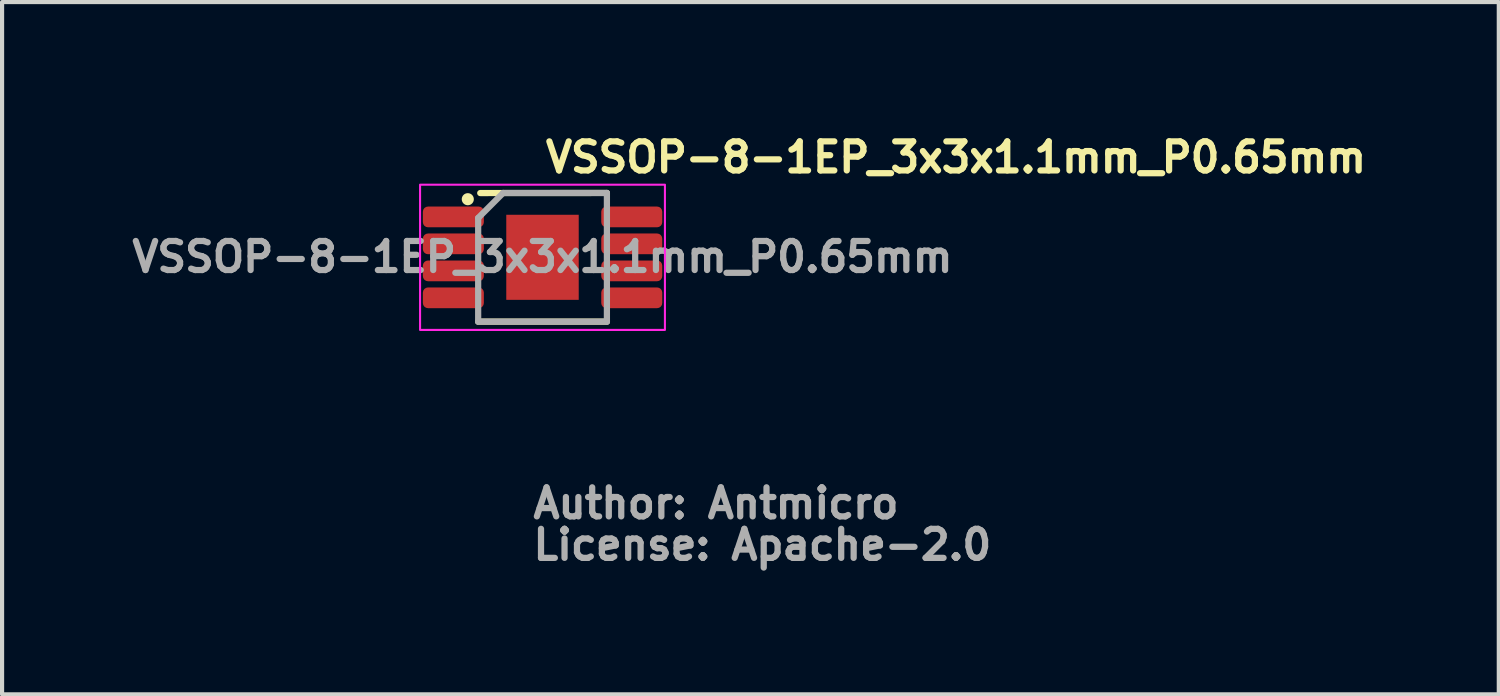
<source format=kicad_pcb>
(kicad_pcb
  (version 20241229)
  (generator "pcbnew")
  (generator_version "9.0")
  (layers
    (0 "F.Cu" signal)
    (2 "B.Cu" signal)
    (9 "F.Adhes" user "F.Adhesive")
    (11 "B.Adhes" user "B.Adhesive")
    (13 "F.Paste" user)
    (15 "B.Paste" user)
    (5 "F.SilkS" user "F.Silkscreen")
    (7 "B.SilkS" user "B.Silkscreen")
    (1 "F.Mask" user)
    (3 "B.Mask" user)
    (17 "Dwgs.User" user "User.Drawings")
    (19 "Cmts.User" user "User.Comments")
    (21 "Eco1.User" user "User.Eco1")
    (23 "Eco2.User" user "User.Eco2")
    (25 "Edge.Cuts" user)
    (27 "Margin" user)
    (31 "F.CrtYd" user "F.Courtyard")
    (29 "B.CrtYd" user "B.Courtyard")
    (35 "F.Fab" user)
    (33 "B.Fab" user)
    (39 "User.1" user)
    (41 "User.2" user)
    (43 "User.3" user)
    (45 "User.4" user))
  (footprint "VSSOP-8-1EP_3x3x1.1mm_P0.65mm"
    (layer "F.Cu")
    (at 10.022 3.15)
    (property "Reference" "VSSOP-8-1EP_3x3x1.1mm_P0.65mm" (at 0 -2 0) (layer "F.SilkS") (effects (font (size 0.7 0.7) (thickness 0.15)) (justify left bottom)))
    (attr smd)
    (fp_line (start -1.55 1.55) (end 1.552 1.55) (stroke (width 0.15) (type solid)) (layer "F.SilkS"))
    (fp_line (start -1.5 -1.548) (end 1.552 -1.55) (stroke (width 0.15) (type solid)) (layer "F.SilkS"))
    (fp_circle (center -1.8 -1.4) (end -1.75 -1.35) (stroke (width 0.15) (type solid)) (fill yes) (layer "F.SilkS"))
    (fp_poly (pts (xy -0.435 -0.511) (xy 0.436 -0.511) (xy 0.436 0.514) (xy -0.435 0.514)) (stroke (width 0.01) (type solid)) (fill yes) (layer "F.Paste"))
    (fp_rect (start -2.95 -1.75) (end 2.95 1.75) (stroke (width 0.05) (type solid)) (fill no) (layer "F.CrtYd"))
    (fp_line (start -1.55 -0.948) (end -1.55 1.55) (stroke (width 0.15) (type solid)) (layer "F.Fab"))
    (fp_line (start -1.55 -0.948) (end -0.949 -1.55) (stroke (width 0.15) (type solid)) (layer "F.Fab"))
    (fp_line (start -1.55 1.55) (end 1.552 1.55) (stroke (width 0.15) (type solid)) (layer "F.Fab"))
    (fp_line (start -0.949 -1.55) (end 1.552 -1.55) (stroke (width 0.15) (type solid)) (layer "F.Fab"))
    (fp_line (start 1.552 -1.55) (end 1.552 1.55) (stroke (width 0.15) (type solid)) (layer "F.Fab"))
    (fp_rect (start -2.449 -1.5) (end 2.451 1.502) (stroke (width 0.1) (type solid)) (fill no) (layer "User.5"))
    (fp_line (start -2.449 -0.817) (end -2.449 -1.131) (stroke (width 0.02) (type solid)) (layer "User.9"))
    (fp_line (start -2.449 -0.166) (end -2.449 -0.482) (stroke (width 0.02) (type solid)) (layer "User.9"))
    (fp_line (start -2.449 0.484) (end -2.449 0.169) (stroke (width 0.02) (type solid)) (layer "User.9"))
    (fp_line (start -2.449 1.134) (end -2.449 0.819) (stroke (width 0.02) (type solid)) (layer "User.9"))
    (fp_line (start -2.167 -1.131) (end -2.449 -1.131) (stroke (width 0.02) (type solid)) (layer "User.9"))
    (fp_line (start -2.167 -0.817) (end -2.449 -0.817) (stroke (width 0.02) (type solid)) (layer "User.9"))
    (fp_line (start -2.167 -0.482) (end -2.449 -0.482) (stroke (width 0.02) (type solid)) (layer "User.9"))
    (fp_line (start -2.167 -0.166) (end -2.449 -0.166) (stroke (width 0.02) (type solid)) (layer "User.9"))
    (fp_line (start -2.167 0.169) (end -2.449 0.169) (stroke (width 0.02) (type solid)) (layer "User.9"))
    (fp_line (start -2.167 0.484) (end -2.449 0.484) (stroke (width 0.02) (type solid)) (layer "User.9"))
    (fp_line (start -2.167 0.819) (end -2.449 0.819) (stroke (width 0.02) (type solid)) (layer "User.9"))
    (fp_line (start -2.167 1.134) (end -2.449 1.134) (stroke (width 0.02) (type solid)) (layer "User.9"))
    (fp_line (start -2.076 -1.131) (end -2.167 -1.131) (stroke (width 0.02) (type solid)) (layer "User.9"))
    (fp_line (start -2.076 -0.817) (end -2.167 -0.817) (stroke (width 0.02) (type solid)) (layer "User.9"))
    (fp_line (start -2.076 -0.482) (end -2.167 -0.482) (stroke (width 0.02) (type solid)) (layer "User.9"))
    (fp_line (start -2.076 -0.166) (end -2.167 -0.166) (stroke (width 0.02) (type solid)) (layer "User.9"))
    (fp_line (start -2.076 0.169) (end -2.167 0.169) (stroke (width 0.02) (type solid)) (layer "User.9"))
    (fp_line (start -2.076 0.484) (end -2.167 0.484) (stroke (width 0.02) (type solid)) (layer "User.9"))
    (fp_line (start -2.076 0.819) (end -2.167 0.819) (stroke (width 0.02) (type solid)) (layer "User.9"))
    (fp_line (start -2.076 1.134) (end -2.167 1.134) (stroke (width 0.02) (type solid)) (layer "User.9"))
    (fp_line (start -2.041 -1.131) (end -2.076 -1.131) (stroke (width 0.02) (type solid)) (layer "User.9"))
    (fp_line (start -2.041 -0.817) (end -2.076 -0.817) (stroke (width 0.02) (type solid)) (layer "User.9"))
    (fp_line (start -2.041 -0.482) (end -2.076 -0.482) (stroke (width 0.02) (type solid)) (layer "User.9"))
    (fp_line (start -2.041 -0.166) (end -2.076 -0.166) (stroke (width 0.02) (type solid)) (layer "User.9"))
    (fp_line (start -2.041 0.169) (end -2.076 0.169) (stroke (width 0.02) (type solid)) (layer "User.9"))
    (fp_line (start -2.041 0.484) (end -2.076 0.484) (stroke (width 0.02) (type solid)) (layer "User.9"))
    (fp_line (start -2.041 0.819) (end -2.076 0.819) (stroke (width 0.02) (type solid)) (layer "User.9"))
    (fp_line (start -2.041 1.134) (end -2.076 1.134) (stroke (width 0.02) (type solid)) (layer "User.9"))
    (fp_line (start -1.766 -1.131) (end -2.041 -1.131) (stroke (width 0.02) (type solid)) (layer "User.9"))
    (fp_line (start -1.766 -0.817) (end -2.041 -0.817) (stroke (width 0.02) (type solid)) (layer "User.9"))
    (fp_line (start -1.766 -0.482) (end -2.041 -0.482) (stroke (width 0.02) (type solid)) (layer "User.9"))
    (fp_line (start -1.766 -0.166) (end -2.041 -0.166) (stroke (width 0.02) (type solid)) (layer "User.9"))
    (fp_line (start -1.766 0.169) (end -2.041 0.169) (stroke (width 0.02) (type solid)) (layer "User.9"))
    (fp_line (start -1.766 0.484) (end -2.041 0.484) (stroke (width 0.02) (type solid)) (layer "User.9"))
    (fp_line (start -1.766 0.819) (end -2.041 0.819) (stroke (width 0.02) (type solid)) (layer "User.9"))
    (fp_line (start -1.766 1.134) (end -2.041 1.134) (stroke (width 0.02) (type solid)) (layer "User.9"))
    (fp_line (start -1.499 -1.349) (end -1.499 -1.349) (stroke (width 0.02) (type solid)) (layer "User.9"))
    (fp_line (start -1.499 -1.349) (end -1.499 1.352) (stroke (width 0.02) (type solid)) (layer "User.9"))
    (fp_line (start -1.499 -1.349) (end -1.498 -1.356) (stroke (width 0.02) (type solid)) (layer "User.9"))
    (fp_line (start -1.499 -1.131) (end -1.766 -1.131) (stroke (width 0.02) (type solid)) (layer "User.9"))
    (fp_line (start -1.499 -0.817) (end -1.766 -0.817) (stroke (width 0.02) (type solid)) (layer "User.9"))
    (fp_line (start -1.499 -0.817) (end -1.499 -1.131) (stroke (width 0.02) (type solid)) (layer "User.9"))
    (fp_line (start -1.499 -0.482) (end -1.766 -0.482) (stroke (width 0.02) (type solid)) (layer "User.9"))
    (fp_line (start -1.499 -0.166) (end -1.766 -0.166) (stroke (width 0.02) (type solid)) (layer "User.9"))
    (fp_line (start -1.499 -0.166) (end -1.499 -0.482) (stroke (width 0.02) (type solid)) (layer "User.9"))
    (fp_line (start -1.499 0.169) (end -1.766 0.169) (stroke (width 0.02) (type solid)) (layer "User.9"))
    (fp_line (start -1.499 0.484) (end -1.766 0.484) (stroke (width 0.02) (type solid)) (layer "User.9"))
    (fp_line (start -1.499 0.484) (end -1.499 0.169) (stroke (width 0.02) (type solid)) (layer "User.9"))
    (fp_line (start -1.499 0.819) (end -1.766 0.819) (stroke (width 0.02) (type solid)) (layer "User.9"))
    (fp_line (start -1.499 1.134) (end -1.766 1.134) (stroke (width 0.02) (type solid)) (layer "User.9"))
    (fp_line (start -1.499 1.134) (end -1.499 0.819) (stroke (width 0.02) (type solid)) (layer "User.9"))
    (fp_line (start -1.499 1.352) (end -1.499 1.352) (stroke (width 0.02) (type solid)) (layer "User.9"))
    (fp_line (start -1.498 -1.364) (end -1.497 -1.371) (stroke (width 0.02) (type solid)) (layer "User.9"))
    (fp_line (start -1.498 -1.356) (end -1.498 -1.364) (stroke (width 0.02) (type solid)) (layer "User.9"))
    (fp_line (start -1.498 1.358) (end -1.499 1.352) (stroke (width 0.02) (type solid)) (layer "User.9"))
    (fp_line (start -1.498 1.365) (end -1.498 1.358) (stroke (width 0.02) (type solid)) (layer "User.9"))
    (fp_line (start -1.497 -1.371) (end -1.496 -1.378) (stroke (width 0.02) (type solid)) (layer "User.9"))
    (fp_line (start -1.497 1.373) (end -1.498 1.365) (stroke (width 0.02) (type solid)) (layer "User.9"))
    (fp_line (start -1.496 -1.378) (end -1.494 -1.385) (stroke (width 0.02) (type solid)) (layer "User.9"))
    (fp_line (start -1.496 1.38) (end -1.497 1.373) (stroke (width 0.02) (type solid)) (layer "User.9"))
    (fp_line (start -1.494 -1.385) (end -1.493 -1.391) (stroke (width 0.02) (type solid)) (layer "User.9"))
    (fp_line (start -1.494 1.386) (end -1.496 1.38) (stroke (width 0.02) (type solid)) (layer "User.9"))
    (fp_line (start -1.493 -1.391) (end -1.49 -1.397) (stroke (width 0.02) (type solid)) (layer "User.9"))
    (fp_line (start -1.493 1.393) (end -1.494 1.386) (stroke (width 0.02) (type solid)) (layer "User.9"))
    (fp_line (start -1.49 -1.397) (end -1.488 -1.404) (stroke (width 0.02) (type solid)) (layer "User.9"))
    (fp_line (start -1.49 1.4) (end -1.493 1.393) (stroke (width 0.02) (type solid)) (layer "User.9"))
    (fp_line (start -1.488 -1.404) (end -1.485 -1.411) (stroke (width 0.02) (type solid)) (layer "User.9"))
    (fp_line (start -1.488 1.406) (end -1.49 1.4) (stroke (width 0.02) (type solid)) (layer "User.9"))
    (fp_line (start -1.485 -1.411) (end -1.482 -1.417) (stroke (width 0.02) (type solid)) (layer "User.9"))
    (fp_line (start -1.485 1.413) (end -1.488 1.406) (stroke (width 0.02) (type solid)) (layer "User.9"))
    (fp_line (start -1.482 -1.417) (end -1.478 -1.424) (stroke (width 0.02) (type solid)) (layer "User.9"))
    (fp_line (start -1.482 1.42) (end -1.485 1.413) (stroke (width 0.02) (type solid)) (layer "User.9"))
    (fp_line (start -1.478 -1.424) (end -1.474 -1.431) (stroke (width 0.02) (type solid)) (layer "User.9"))
    (fp_line (start -1.478 1.425) (end -1.482 1.42) (stroke (width 0.02) (type solid)) (layer "User.9"))
    (fp_line (start -1.474 -1.431) (end -1.47 -1.437) (stroke (width 0.02) (type solid)) (layer "User.9"))
    (fp_line (start -1.474 1.433) (end -1.478 1.425) (stroke (width 0.02) (type solid)) (layer "User.9"))
    (fp_line (start -1.47 -1.437) (end -1.465 -1.443) (stroke (width 0.02) (type solid)) (layer "User.9"))
    (fp_line (start -1.47 1.438) (end -1.474 1.433) (stroke (width 0.02) (type solid)) (layer "User.9"))
    (fp_line (start -1.465 -1.443) (end -1.46 -1.449) (stroke (width 0.02) (type solid)) (layer "User.9"))
    (fp_line (start -1.465 1.445) (end -1.47 1.438) (stroke (width 0.02) (type solid)) (layer "User.9"))
    (fp_line (start -1.46 -1.449) (end -1.455 -1.455) (stroke (width 0.02) (type solid)) (layer "User.9"))
    (fp_line (start -1.46 1.45) (end -1.465 1.445) (stroke (width 0.02) (type solid)) (layer "User.9"))
    (fp_line (start -1.455 -1.455) (end -1.455 -1.455) (stroke (width 0.02) (type solid)) (layer "User.9"))
    (fp_line (start -1.455 -1.455) (end -1.448 -1.46) (stroke (width 0.02) (type solid)) (layer "User.9"))
    (fp_line (start -1.455 1.457) (end -1.46 1.45) (stroke (width 0.02) (type solid)) (layer "User.9"))
    (fp_line (start -1.455 1.457) (end -1.455 1.457) (stroke (width 0.02) (type solid)) (layer "User.9"))
    (fp_line (start -1.448 -1.46) (end -1.443 -1.465) (stroke (width 0.02) (type solid)) (layer "User.9"))
    (fp_line (start -1.448 1.462) (end -1.455 1.457) (stroke (width 0.02) (type solid)) (layer "User.9"))
    (fp_line (start -1.443 -1.465) (end -1.437 -1.47) (stroke (width 0.02) (type solid)) (layer "User.9"))
    (fp_line (start -1.443 1.467) (end -1.448 1.462) (stroke (width 0.02) (type solid)) (layer "User.9"))
    (fp_line (start -1.437 -1.47) (end -1.431 -1.474) (stroke (width 0.02) (type solid)) (layer "User.9"))
    (fp_line (start -1.437 1.473) (end -1.443 1.467) (stroke (width 0.02) (type solid)) (layer "User.9"))
    (fp_line (start -1.431 -1.474) (end -1.424 -1.478) (stroke (width 0.02) (type solid)) (layer "User.9"))
    (fp_line (start -1.431 1.477) (end -1.437 1.473) (stroke (width 0.02) (type solid)) (layer "User.9"))
    (fp_line (start -1.424 -1.478) (end -1.418 -1.482) (stroke (width 0.02) (type solid)) (layer "User.9"))
    (fp_line (start -1.424 1.481) (end -1.431 1.477) (stroke (width 0.02) (type solid)) (layer "User.9"))
    (fp_line (start -1.418 -1.482) (end -1.412 -1.485) (stroke (width 0.02) (type solid)) (layer "User.9"))
    (fp_line (start -1.418 1.485) (end -1.424 1.481) (stroke (width 0.02) (type solid)) (layer "User.9"))
    (fp_line (start -1.412 -1.485) (end -1.405 -1.489) (stroke (width 0.02) (type solid)) (layer "User.9"))
    (fp_line (start -1.412 1.487) (end -1.418 1.485) (stroke (width 0.02) (type solid)) (layer "User.9"))
    (fp_line (start -1.405 -1.489) (end -1.398 -1.491) (stroke (width 0.02) (type solid)) (layer "User.9"))
    (fp_line (start -1.405 1.49) (end -1.412 1.487) (stroke (width 0.02) (type solid)) (layer "User.9"))
    (fp_line (start -1.398 -1.491) (end -1.392 -1.494) (stroke (width 0.02) (type solid)) (layer "User.9"))
    (fp_line (start -1.398 1.493) (end -1.405 1.49) (stroke (width 0.02) (type solid)) (layer "User.9"))
    (fp_line (start -1.392 -1.494) (end -1.385 -1.495) (stroke (width 0.02) (type solid)) (layer "User.9"))
    (fp_line (start -1.392 1.495) (end -1.398 1.493) (stroke (width 0.02) (type solid)) (layer "User.9"))
    (fp_line (start -1.385 -1.495) (end -1.377 -1.497) (stroke (width 0.02) (type solid)) (layer "User.9"))
    (fp_line (start -1.385 1.497) (end -1.392 1.495) (stroke (width 0.02) (type solid)) (layer "User.9"))
    (fp_line (start -1.377 -1.497) (end -1.37 -1.498) (stroke (width 0.02) (type solid)) (layer "User.9"))
    (fp_line (start -1.377 1.498) (end -1.385 1.497) (stroke (width 0.02) (type solid)) (layer "User.9"))
    (fp_line (start -1.37 -1.498) (end -1.363 -1.499) (stroke (width 0.02) (type solid)) (layer "User.9"))
    (fp_line (start -1.37 1.499) (end -1.377 1.498) (stroke (width 0.02) (type solid)) (layer "User.9"))
    (fp_line (start -1.363 -1.499) (end -1.356 -1.499) (stroke (width 0.02) (type solid)) (layer "User.9"))
    (fp_line (start -1.363 1.501) (end -1.37 1.499) (stroke (width 0.02) (type solid)) (layer "User.9"))
    (fp_line (start -1.356 -1.499) (end -1.349 -1.5) (stroke (width 0.02) (type solid)) (layer "User.9"))
    (fp_line (start -1.356 1.501) (end -1.363 1.501) (stroke (width 0.02) (type solid)) (layer "User.9"))
    (fp_line (start -1.349 -1.5) (end -1.349 -1.5) (stroke (width 0.02) (type solid)) (layer "User.9"))
    (fp_line (start -1.349 1.502) (end -1.356 1.501) (stroke (width 0.02) (type solid)) (layer "User.9"))
    (fp_line (start -1.349 1.502) (end -1.349 1.502) (stroke (width 0.02) (type solid)) (layer "User.9"))
    (fp_line (start -1.349 1.502) (end 1.351 1.502) (stroke (width 0.02) (type solid)) (layer "User.9"))
    (fp_line (start -1.124 -1.011) (end -1.124 -1.008) (stroke (width 0.02) (type solid)) (layer "User.9"))
    (fp_line (start -1.124 -1.011) (end -1.124 -1.008) (stroke (width 0.02) (type solid)) (layer "User.9"))
    (fp_line (start -1.124 -1.008) (end -1.124 -1.003) (stroke (width 0.02) (type solid)) (layer "User.9"))
    (fp_line (start -1.124 -1.008) (end -1.124 -1.003) (stroke (width 0.02) (type solid)) (layer "User.9"))
    (fp_line (start -1.124 -1.003) (end -1.124 -1) (stroke (width 0.02) (type solid)) (layer "User.9"))
    (fp_line (start -1.124 -1.003) (end -1.124 -1) (stroke (width 0.02) (type solid)) (layer "User.9"))
    (fp_line (start -1.124 -1) (end -1.124 -0.991) (stroke (width 0.02) (type solid)) (layer "User.9"))
    (fp_line (start -1.124 -1) (end -1.124 -0.991) (stroke (width 0.02) (type solid)) (layer "User.9"))
    (fp_line (start -1.124 -0.991) (end -1.122 -0.983) (stroke (width 0.02) (type solid)) (layer "User.9"))
    (fp_line (start -1.124 -0.991) (end -1.122 -0.983) (stroke (width 0.02) (type solid)) (layer "User.9"))
    (fp_line (start -1.122 -1.024) (end -1.122 -1.019) (stroke (width 0.02) (type solid)) (layer "User.9"))
    (fp_line (start -1.122 -1.024) (end -1.122 -1.019) (stroke (width 0.02) (type solid)) (layer "User.9"))
    (fp_line (start -1.122 -1.019) (end -1.122 -1.016) (stroke (width 0.02) (type solid)) (layer "User.9"))
    (fp_line (start -1.122 -1.019) (end -1.122 -1.016) (stroke (width 0.02) (type solid)) (layer "User.9"))
    (fp_line (start -1.122 -1.016) (end -1.124 -1.011) (stroke (width 0.02) (type solid)) (layer "User.9"))
    (fp_line (start -1.122 -1.016) (end -1.124 -1.011) (stroke (width 0.02) (type solid)) (layer "User.9"))
    (fp_line (start -1.122 -0.983) (end -1.122 -0.974) (stroke (width 0.02) (type solid)) (layer "User.9"))
    (fp_line (start -1.122 -0.983) (end -1.122 -0.974) (stroke (width 0.02) (type solid)) (layer "User.9"))
    (fp_line (start -1.122 -0.974) (end -1.12 -0.966) (stroke (width 0.02) (type solid)) (layer "User.9"))
    (fp_line (start -1.122 -0.974) (end -1.12 -0.966) (stroke (width 0.02) (type solid)) (layer "User.9"))
    (fp_line (start -1.12 -1.032) (end -1.12 -1.027) (stroke (width 0.02) (type solid)) (layer "User.9"))
    (fp_line (start -1.12 -1.032) (end -1.12 -1.027) (stroke (width 0.02) (type solid)) (layer "User.9"))
    (fp_line (start -1.12 -1.027) (end -1.122 -1.024) (stroke (width 0.02) (type solid)) (layer "User.9"))
    (fp_line (start -1.12 -1.027) (end -1.122 -1.024) (stroke (width 0.02) (type solid)) (layer "User.9"))
    (fp_line (start -1.12 -0.966) (end -1.118 -0.959) (stroke (width 0.02) (type solid)) (layer "User.9"))
    (fp_line (start -1.12 -0.966) (end -1.118 -0.959) (stroke (width 0.02) (type solid)) (layer "User.9"))
    (fp_line (start -1.118 -1.04) (end -1.118 -1.035) (stroke (width 0.02) (type solid)) (layer "User.9"))
    (fp_line (start -1.118 -1.04) (end -1.118 -1.035) (stroke (width 0.02) (type solid)) (layer "User.9"))
    (fp_line (start -1.118 -1.035) (end -1.12 -1.032) (stroke (width 0.02) (type solid)) (layer "User.9"))
    (fp_line (start -1.118 -1.035) (end -1.12 -1.032) (stroke (width 0.02) (type solid)) (layer "User.9"))
    (fp_line (start -1.118 -0.959) (end -1.114 -0.952) (stroke (width 0.02) (type solid)) (layer "User.9"))
    (fp_line (start -1.118 -0.959) (end -1.114 -0.952) (stroke (width 0.02) (type solid)) (layer "User.9"))
    (fp_line (start -1.116 -1.044) (end -1.118 -1.04) (stroke (width 0.02) (type solid)) (layer "User.9"))
    (fp_line (start -1.116 -1.044) (end -1.118 -1.04) (stroke (width 0.02) (type solid)) (layer "User.9"))
    (fp_line (start -1.114 -1.046) (end -1.116 -1.044) (stroke (width 0.02) (type solid)) (layer "User.9"))
    (fp_line (start -1.114 -1.046) (end -1.116 -1.044) (stroke (width 0.02) (type solid)) (layer "User.9"))
    (fp_line (start -1.114 -0.952) (end -1.112 -0.944) (stroke (width 0.02) (type solid)) (layer "User.9"))
    (fp_line (start -1.114 -0.952) (end -1.112 -0.944) (stroke (width 0.02) (type solid)) (layer "User.9"))
    (fp_line (start -1.112 -1.055) (end -1.112 -1.05) (stroke (width 0.02) (type solid)) (layer "User.9"))
    (fp_line (start -1.112 -1.055) (end -1.112 -1.05) (stroke (width 0.02) (type solid)) (layer "User.9"))
    (fp_line (start -1.112 -1.05) (end -1.114 -1.046) (stroke (width 0.02) (type solid)) (layer "User.9"))
    (fp_line (start -1.112 -1.05) (end -1.114 -1.046) (stroke (width 0.02) (type solid)) (layer "User.9"))
    (fp_line (start -1.112 -0.944) (end -1.108 -0.937) (stroke (width 0.02) (type solid)) (layer "User.9"))
    (fp_line (start -1.112 -0.944) (end -1.108 -0.937) (stroke (width 0.02) (type solid)) (layer "User.9"))
    (fp_line (start -1.11 -1.058) (end -1.112 -1.055) (stroke (width 0.02) (type solid)) (layer "User.9"))
    (fp_line (start -1.11 -1.058) (end -1.112 -1.055) (stroke (width 0.02) (type solid)) (layer "User.9"))
    (fp_line (start -1.108 -1.061) (end -1.11 -1.058) (stroke (width 0.02) (type solid)) (layer "User.9"))
    (fp_line (start -1.108 -1.061) (end -1.11 -1.058) (stroke (width 0.02) (type solid)) (layer "User.9"))
    (fp_line (start -1.108 -0.937) (end -1.102 -0.93) (stroke (width 0.02) (type solid)) (layer "User.9"))
    (fp_line (start -1.108 -0.937) (end -1.102 -0.93) (stroke (width 0.02) (type solid)) (layer "User.9"))
    (fp_line (start -1.106 -1.064) (end -1.108 -1.061) (stroke (width 0.02) (type solid)) (layer "User.9"))
    (fp_line (start -1.106 -1.064) (end -1.108 -1.061) (stroke (width 0.02) (type solid)) (layer "User.9"))
    (fp_line (start -1.102 -1.068) (end -1.106 -1.064) (stroke (width 0.02) (type solid)) (layer "User.9"))
    (fp_line (start -1.102 -1.068) (end -1.106 -1.064) (stroke (width 0.02) (type solid)) (layer "User.9"))
    (fp_line (start -1.102 -0.93) (end -1.098 -0.923) (stroke (width 0.02) (type solid)) (layer "User.9"))
    (fp_line (start -1.102 -0.93) (end -1.098 -0.923) (stroke (width 0.02) (type solid)) (layer "User.9"))
    (fp_line (start -1.1 -1.072) (end -1.102 -1.068) (stroke (width 0.02) (type solid)) (layer "User.9"))
    (fp_line (start -1.1 -1.072) (end -1.102 -1.068) (stroke (width 0.02) (type solid)) (layer "User.9"))
    (fp_line (start -1.098 -1.075) (end -1.1 -1.072) (stroke (width 0.02) (type solid)) (layer "User.9"))
    (fp_line (start -1.098 -1.075) (end -1.1 -1.072) (stroke (width 0.02) (type solid)) (layer "User.9"))
    (fp_line (start -1.098 -0.923) (end -1.094 -0.916) (stroke (width 0.02) (type solid)) (layer "User.9"))
    (fp_line (start -1.098 -0.923) (end -1.094 -0.916) (stroke (width 0.02) (type solid)) (layer "User.9"))
    (fp_line (start -1.096 -1.078) (end -1.098 -1.075) (stroke (width 0.02) (type solid)) (layer "User.9"))
    (fp_line (start -1.096 -1.078) (end -1.098 -1.075) (stroke (width 0.02) (type solid)) (layer "User.9"))
    (fp_line (start -1.094 -1.081) (end -1.096 -1.078) (stroke (width 0.02) (type solid)) (layer "User.9"))
    (fp_line (start -1.094 -1.081) (end -1.096 -1.078) (stroke (width 0.02) (type solid)) (layer "User.9"))
    (fp_line (start -1.094 -0.916) (end -1.088 -0.911) (stroke (width 0.02) (type solid)) (layer "User.9"))
    (fp_line (start -1.094 -0.916) (end -1.088 -0.911) (stroke (width 0.02) (type solid)) (layer "User.9"))
    (fp_line (start -1.09 -1.084) (end -1.094 -1.081) (stroke (width 0.02) (type solid)) (layer "User.9"))
    (fp_line (start -1.09 -1.084) (end -1.094 -1.081) (stroke (width 0.02) (type solid)) (layer "User.9"))
    (fp_line (start -1.088 -1.088) (end -1.09 -1.084) (stroke (width 0.02) (type solid)) (layer "User.9"))
    (fp_line (start -1.088 -1.088) (end -1.09 -1.084) (stroke (width 0.02) (type solid)) (layer "User.9"))
    (fp_line (start -1.088 -0.911) (end -1.082 -0.905) (stroke (width 0.02) (type solid)) (layer "User.9"))
    (fp_line (start -1.088 -0.911) (end -1.082 -0.905) (stroke (width 0.02) (type solid)) (layer "User.9"))
    (fp_line (start -1.084 -1.091) (end -1.088 -1.088) (stroke (width 0.02) (type solid)) (layer "User.9"))
    (fp_line (start -1.084 -1.091) (end -1.088 -1.088) (stroke (width 0.02) (type solid)) (layer "User.9"))
    (fp_line (start -1.082 -1.093) (end -1.084 -1.091) (stroke (width 0.02) (type solid)) (layer "User.9"))
    (fp_line (start -1.082 -1.093) (end -1.084 -1.091) (stroke (width 0.02) (type solid)) (layer "User.9"))
    (fp_line (start -1.082 -0.905) (end -1.076 -0.9) (stroke (width 0.02) (type solid)) (layer "User.9"))
    (fp_line (start -1.082 -0.905) (end -1.076 -0.9) (stroke (width 0.02) (type solid)) (layer "User.9"))
    (fp_line (start -1.078 -1.095) (end -1.082 -1.093) (stroke (width 0.02) (type solid)) (layer "User.9"))
    (fp_line (start -1.078 -1.095) (end -1.082 -1.093) (stroke (width 0.02) (type solid)) (layer "User.9"))
    (fp_line (start -1.076 -1.098) (end -1.078 -1.095) (stroke (width 0.02) (type solid)) (layer "User.9"))
    (fp_line (start -1.076 -1.098) (end -1.078 -1.095) (stroke (width 0.02) (type solid)) (layer "User.9"))
    (fp_line (start -1.076 -0.9) (end -1.068 -0.896) (stroke (width 0.02) (type solid)) (layer "User.9"))
    (fp_line (start -1.076 -0.9) (end -1.068 -0.896) (stroke (width 0.02) (type solid)) (layer "User.9"))
    (fp_line (start -1.072 -1.1) (end -1.076 -1.098) (stroke (width 0.02) (type solid)) (layer "User.9"))
    (fp_line (start -1.072 -1.1) (end -1.076 -1.098) (stroke (width 0.02) (type solid)) (layer "User.9"))
    (fp_line (start -1.068 -1.103) (end -1.072 -1.1) (stroke (width 0.02) (type solid)) (layer "User.9"))
    (fp_line (start -1.068 -1.103) (end -1.072 -1.1) (stroke (width 0.02) (type solid)) (layer "User.9"))
    (fp_line (start -1.068 -0.896) (end -1.062 -0.89) (stroke (width 0.02) (type solid)) (layer "User.9"))
    (fp_line (start -1.068 -0.896) (end -1.062 -0.89) (stroke (width 0.02) (type solid)) (layer "User.9"))
    (fp_line (start -1.066 -1.106) (end -1.068 -1.103) (stroke (width 0.02) (type solid)) (layer "User.9"))
    (fp_line (start -1.066 -1.106) (end -1.068 -1.103) (stroke (width 0.02) (type solid)) (layer "User.9"))
    (fp_line (start -1.062 -1.108) (end -1.066 -1.106) (stroke (width 0.02) (type solid)) (layer "User.9"))
    (fp_line (start -1.062 -1.108) (end -1.066 -1.106) (stroke (width 0.02) (type solid)) (layer "User.9"))
    (fp_line (start -1.062 -1.108) (end -1.062 -1.108) (stroke (width 0.02) (type solid)) (layer "User.9"))
    (fp_line (start -1.062 -1.108) (end -1.062 -1.108) (stroke (width 0.02) (type solid)) (layer "User.9"))
    (fp_line (start -1.062 -0.89) (end -1.062 -0.89) (stroke (width 0.02) (type solid)) (layer "User.9"))
    (fp_line (start -1.062 -0.89) (end -1.062 -0.89) (stroke (width 0.02) (type solid)) (layer "User.9"))
    (fp_line (start -1.062 -0.89) (end -1.054 -0.886) (stroke (width 0.02) (type solid)) (layer "User.9"))
    (fp_line (start -1.062 -0.89) (end -1.054 -0.886) (stroke (width 0.02) (type solid)) (layer "User.9"))
    (fp_line (start -1.054 -1.112) (end -1.062 -1.108) (stroke (width 0.02) (type solid)) (layer "User.9"))
    (fp_line (start -1.054 -1.112) (end -1.062 -1.108) (stroke (width 0.02) (type solid)) (layer "User.9"))
    (fp_line (start -1.054 -0.886) (end -1.046 -0.884) (stroke (width 0.02) (type solid)) (layer "User.9"))
    (fp_line (start -1.054 -0.886) (end -1.046 -0.884) (stroke (width 0.02) (type solid)) (layer "User.9"))
    (fp_line (start -1.046 -1.115) (end -1.054 -1.112) (stroke (width 0.02) (type solid)) (layer "User.9"))
    (fp_line (start -1.046 -1.115) (end -1.054 -1.112) (stroke (width 0.02) (type solid)) (layer "User.9"))
    (fp_line (start -1.046 -0.884) (end -1.038 -0.881) (stroke (width 0.02) (type solid)) (layer "User.9"))
    (fp_line (start -1.046 -0.884) (end -1.038 -0.881) (stroke (width 0.02) (type solid)) (layer "User.9"))
    (fp_line (start -1.038 -1.118) (end -1.046 -1.115) (stroke (width 0.02) (type solid)) (layer "User.9"))
    (fp_line (start -1.038 -1.118) (end -1.046 -1.115) (stroke (width 0.02) (type solid)) (layer "User.9"))
    (fp_line (start -1.038 -0.881) (end -1.032 -0.879) (stroke (width 0.02) (type solid)) (layer "User.9"))
    (fp_line (start -1.038 -0.881) (end -1.032 -0.879) (stroke (width 0.02) (type solid)) (layer "User.9"))
    (fp_line (start -1.032 -1.119) (end -1.038 -1.118) (stroke (width 0.02) (type solid)) (layer "User.9"))
    (fp_line (start -1.032 -1.119) (end -1.038 -1.118) (stroke (width 0.02) (type solid)) (layer "User.9"))
    (fp_line (start -1.032 -0.879) (end -1.024 -0.876) (stroke (width 0.02) (type solid)) (layer "User.9"))
    (fp_line (start -1.032 -0.879) (end -1.024 -0.876) (stroke (width 0.02) (type solid)) (layer "User.9"))
    (fp_line (start -1.024 -1.121) (end -1.032 -1.119) (stroke (width 0.02) (type solid)) (layer "User.9"))
    (fp_line (start -1.024 -1.121) (end -1.032 -1.119) (stroke (width 0.02) (type solid)) (layer "User.9"))
    (fp_line (start -1.024 -0.876) (end -1.016 -0.875) (stroke (width 0.02) (type solid)) (layer "User.9"))
    (fp_line (start -1.024 -0.876) (end -1.016 -0.875) (stroke (width 0.02) (type solid)) (layer "User.9"))
    (fp_line (start -1.016 -1.122) (end -1.024 -1.121) (stroke (width 0.02) (type solid)) (layer "User.9"))
    (fp_line (start -1.016 -1.122) (end -1.024 -1.121) (stroke (width 0.02) (type solid)) (layer "User.9"))
    (fp_line (start -1.016 -0.875) (end -1.008 -0.874) (stroke (width 0.02) (type solid)) (layer "User.9"))
    (fp_line (start -1.016 -0.875) (end -1.008 -0.874) (stroke (width 0.02) (type solid)) (layer "User.9"))
    (fp_line (start -1.008 -1.123) (end -1.016 -1.122) (stroke (width 0.02) (type solid)) (layer "User.9"))
    (fp_line (start -1.008 -1.123) (end -1.016 -1.122) (stroke (width 0.02) (type solid)) (layer "User.9"))
    (fp_line (start -1.008 -0.874) (end -1 -0.874) (stroke (width 0.02) (type solid)) (layer "User.9"))
    (fp_line (start -1.008 -0.874) (end -1 -0.874) (stroke (width 0.02) (type solid)) (layer "User.9"))
    (fp_line (start -1 -1.124) (end -1.008 -1.123) (stroke (width 0.02) (type solid)) (layer "User.9"))
    (fp_line (start -1 -1.124) (end -1.008 -1.123) (stroke (width 0.02) (type solid)) (layer "User.9"))
    (fp_line (start -1 -0.874) (end -0.991 -0.874) (stroke (width 0.02) (type solid)) (layer "User.9"))
    (fp_line (start -1 -0.874) (end -0.991 -0.874) (stroke (width 0.02) (type solid)) (layer "User.9"))
    (fp_line (start -0.991 -1.123) (end -1 -1.124) (stroke (width 0.02) (type solid)) (layer "User.9"))
    (fp_line (start -0.991 -1.123) (end -1 -1.124) (stroke (width 0.02) (type solid)) (layer "User.9"))
    (fp_line (start -0.991 -0.874) (end -0.983 -0.875) (stroke (width 0.02) (type solid)) (layer "User.9"))
    (fp_line (start -0.991 -0.874) (end -0.983 -0.875) (stroke (width 0.02) (type solid)) (layer "User.9"))
    (fp_line (start -0.983 -1.122) (end -0.991 -1.123) (stroke (width 0.02) (type solid)) (layer "User.9"))
    (fp_line (start -0.983 -1.122) (end -0.991 -1.123) (stroke (width 0.02) (type solid)) (layer "User.9"))
    (fp_line (start -0.983 -0.875) (end -0.975 -0.876) (stroke (width 0.02) (type solid)) (layer "User.9"))
    (fp_line (start -0.983 -0.875) (end -0.975 -0.876) (stroke (width 0.02) (type solid)) (layer "User.9"))
    (fp_line (start -0.975 -1.121) (end -0.983 -1.122) (stroke (width 0.02) (type solid)) (layer "User.9"))
    (fp_line (start -0.975 -1.121) (end -0.983 -1.122) (stroke (width 0.02) (type solid)) (layer "User.9"))
    (fp_line (start -0.975 -0.876) (end -0.967 -0.879) (stroke (width 0.02) (type solid)) (layer "User.9"))
    (fp_line (start -0.975 -0.876) (end -0.967 -0.879) (stroke (width 0.02) (type solid)) (layer "User.9"))
    (fp_line (start -0.967 -1.119) (end -0.975 -1.121) (stroke (width 0.02) (type solid)) (layer "User.9"))
    (fp_line (start -0.967 -1.119) (end -0.975 -1.121) (stroke (width 0.02) (type solid)) (layer "User.9"))
    (fp_line (start -0.967 -0.879) (end -0.959 -0.881) (stroke (width 0.02) (type solid)) (layer "User.9"))
    (fp_line (start -0.967 -0.879) (end -0.959 -0.881) (stroke (width 0.02) (type solid)) (layer "User.9"))
    (fp_line (start -0.959 -1.118) (end -0.967 -1.119) (stroke (width 0.02) (type solid)) (layer "User.9"))
    (fp_line (start -0.959 -1.118) (end -0.967 -1.119) (stroke (width 0.02) (type solid)) (layer "User.9"))
    (fp_line (start -0.959 -0.881) (end -0.951 -0.884) (stroke (width 0.02) (type solid)) (layer "User.9"))
    (fp_line (start -0.959 -0.881) (end -0.951 -0.884) (stroke (width 0.02) (type solid)) (layer "User.9"))
    (fp_line (start -0.951 -1.115) (end -0.959 -1.118) (stroke (width 0.02) (type solid)) (layer "User.9"))
    (fp_line (start -0.951 -1.115) (end -0.959 -1.118) (stroke (width 0.02) (type solid)) (layer "User.9"))
    (fp_line (start -0.951 -0.884) (end -0.943 -0.886) (stroke (width 0.02) (type solid)) (layer "User.9"))
    (fp_line (start -0.951 -0.884) (end -0.943 -0.886) (stroke (width 0.02) (type solid)) (layer "User.9"))
    (fp_line (start -0.943 -1.112) (end -0.951 -1.115) (stroke (width 0.02) (type solid)) (layer "User.9"))
    (fp_line (start -0.943 -1.112) (end -0.951 -1.115) (stroke (width 0.02) (type solid)) (layer "User.9"))
    (fp_line (start -0.943 -0.886) (end -0.937 -0.89) (stroke (width 0.02) (type solid)) (layer "User.9"))
    (fp_line (start -0.943 -0.886) (end -0.937 -0.89) (stroke (width 0.02) (type solid)) (layer "User.9"))
    (fp_line (start -0.937 -1.108) (end -0.943 -1.112) (stroke (width 0.02) (type solid)) (layer "User.9"))
    (fp_line (start -0.937 -1.108) (end -0.943 -1.112) (stroke (width 0.02) (type solid)) (layer "User.9"))
    (fp_line (start -0.937 -1.108) (end -0.937 -1.108) (stroke (width 0.02) (type solid)) (layer "User.9"))
    (fp_line (start -0.937 -1.108) (end -0.937 -1.108) (stroke (width 0.02) (type solid)) (layer "User.9"))
    (fp_line (start -0.937 -0.89) (end -0.937 -0.89) (stroke (width 0.02) (type solid)) (layer "User.9"))
    (fp_line (start -0.937 -0.89) (end -0.937 -0.89) (stroke (width 0.02) (type solid)) (layer "User.9"))
    (fp_line (start -0.937 -0.89) (end -0.933 -0.892) (stroke (width 0.02) (type solid)) (layer "User.9"))
    (fp_line (start -0.937 -0.89) (end -0.933 -0.892) (stroke (width 0.02) (type solid)) (layer "User.9"))
    (fp_line (start -0.933 -0.892) (end -0.929 -0.896) (stroke (width 0.02) (type solid)) (layer "User.9"))
    (fp_line (start -0.933 -0.892) (end -0.929 -0.896) (stroke (width 0.02) (type solid)) (layer "User.9"))
    (fp_line (start -0.929 -1.103) (end -0.937 -1.108) (stroke (width 0.02) (type solid)) (layer "User.9"))
    (fp_line (start -0.929 -1.103) (end -0.937 -1.108) (stroke (width 0.02) (type solid)) (layer "User.9"))
    (fp_line (start -0.929 -0.896) (end -0.927 -0.898) (stroke (width 0.02) (type solid)) (layer "User.9"))
    (fp_line (start -0.929 -0.896) (end -0.927 -0.898) (stroke (width 0.02) (type solid)) (layer "User.9"))
    (fp_line (start -0.927 -0.898) (end -0.923 -0.9) (stroke (width 0.02) (type solid)) (layer "User.9"))
    (fp_line (start -0.927 -0.898) (end -0.923 -0.9) (stroke (width 0.02) (type solid)) (layer "User.9"))
    (fp_line (start -0.923 -1.098) (end -0.929 -1.103) (stroke (width 0.02) (type solid)) (layer "User.9"))
    (fp_line (start -0.923 -1.098) (end -0.929 -1.103) (stroke (width 0.02) (type solid)) (layer "User.9"))
    (fp_line (start -0.923 -0.9) (end -0.919 -0.902) (stroke (width 0.02) (type solid)) (layer "User.9"))
    (fp_line (start -0.923 -0.9) (end -0.919 -0.902) (stroke (width 0.02) (type solid)) (layer "User.9"))
    (fp_line (start -0.919 -0.902) (end -0.917 -0.905) (stroke (width 0.02) (type solid)) (layer "User.9"))
    (fp_line (start -0.919 -0.902) (end -0.917 -0.905) (stroke (width 0.02) (type solid)) (layer "User.9"))
    (fp_line (start -0.917 -1.093) (end -0.923 -1.098) (stroke (width 0.02) (type solid)) (layer "User.9"))
    (fp_line (start -0.917 -1.093) (end -0.923 -1.098) (stroke (width 0.02) (type solid)) (layer "User.9"))
    (fp_line (start -0.917 -0.905) (end -0.913 -0.907) (stroke (width 0.02) (type solid)) (layer "User.9"))
    (fp_line (start -0.917 -0.905) (end -0.913 -0.907) (stroke (width 0.02) (type solid)) (layer "User.9"))
    (fp_line (start -0.913 -0.907) (end -0.911 -0.911) (stroke (width 0.02) (type solid)) (layer "User.9"))
    (fp_line (start -0.913 -0.907) (end -0.911 -0.911) (stroke (width 0.02) (type solid)) (layer "User.9"))
    (fp_line (start -0.911 -1.088) (end -0.917 -1.093) (stroke (width 0.02) (type solid)) (layer "User.9"))
    (fp_line (start -0.911 -1.088) (end -0.917 -1.093) (stroke (width 0.02) (type solid)) (layer "User.9"))
    (fp_line (start -0.911 -0.911) (end -0.907 -0.914) (stroke (width 0.02) (type solid)) (layer "User.9"))
    (fp_line (start -0.911 -0.911) (end -0.907 -0.914) (stroke (width 0.02) (type solid)) (layer "User.9"))
    (fp_line (start -0.907 -0.914) (end -0.905 -0.916) (stroke (width 0.02) (type solid)) (layer "User.9"))
    (fp_line (start -0.907 -0.914) (end -0.905 -0.916) (stroke (width 0.02) (type solid)) (layer "User.9"))
    (fp_line (start -0.905 -1.081) (end -0.911 -1.088) (stroke (width 0.02) (type solid)) (layer "User.9"))
    (fp_line (start -0.905 -1.081) (end -0.911 -1.088) (stroke (width 0.02) (type solid)) (layer "User.9"))
    (fp_line (start -0.905 -0.916) (end -0.903 -0.92) (stroke (width 0.02) (type solid)) (layer "User.9"))
    (fp_line (start -0.905 -0.916) (end -0.903 -0.92) (stroke (width 0.02) (type solid)) (layer "User.9"))
    (fp_line (start -0.903 -0.92) (end -0.899 -0.923) (stroke (width 0.02) (type solid)) (layer "User.9"))
    (fp_line (start -0.903 -0.92) (end -0.899 -0.923) (stroke (width 0.02) (type solid)) (layer "User.9"))
    (fp_line (start -0.899 -1.075) (end -0.905 -1.081) (stroke (width 0.02) (type solid)) (layer "User.9"))
    (fp_line (start -0.899 -1.075) (end -0.905 -1.081) (stroke (width 0.02) (type solid)) (layer "User.9"))
    (fp_line (start -0.899 -0.923) (end -0.897 -0.927) (stroke (width 0.02) (type solid)) (layer "User.9"))
    (fp_line (start -0.899 -0.923) (end -0.897 -0.927) (stroke (width 0.02) (type solid)) (layer "User.9"))
    (fp_line (start -0.897 -0.927) (end -0.895 -0.93) (stroke (width 0.02) (type solid)) (layer "User.9"))
    (fp_line (start -0.897 -0.927) (end -0.895 -0.93) (stroke (width 0.02) (type solid)) (layer "User.9"))
    (fp_line (start -0.895 -1.068) (end -0.899 -1.075) (stroke (width 0.02) (type solid)) (layer "User.9"))
    (fp_line (start -0.895 -1.068) (end -0.899 -1.075) (stroke (width 0.02) (type solid)) (layer "User.9"))
    (fp_line (start -0.895 -0.93) (end -0.893 -0.933) (stroke (width 0.02) (type solid)) (layer "User.9"))
    (fp_line (start -0.895 -0.93) (end -0.893 -0.933) (stroke (width 0.02) (type solid)) (layer "User.9"))
    (fp_line (start -0.893 -0.933) (end -0.891 -0.937) (stroke (width 0.02) (type solid)) (layer "User.9"))
    (fp_line (start -0.893 -0.933) (end -0.891 -0.937) (stroke (width 0.02) (type solid)) (layer "User.9"))
    (fp_line (start -0.891 -1.061) (end -0.895 -1.068) (stroke (width 0.02) (type solid)) (layer "User.9"))
    (fp_line (start -0.891 -1.061) (end -0.895 -1.068) (stroke (width 0.02) (type solid)) (layer "User.9"))
    (fp_line (start -0.891 -0.937) (end -0.889 -0.94) (stroke (width 0.02) (type solid)) (layer "User.9"))
    (fp_line (start -0.891 -0.937) (end -0.889 -0.94) (stroke (width 0.02) (type solid)) (layer "User.9"))
    (fp_line (start -0.889 -0.94) (end -0.887 -0.944) (stroke (width 0.02) (type solid)) (layer "User.9"))
    (fp_line (start -0.889 -0.94) (end -0.887 -0.944) (stroke (width 0.02) (type solid)) (layer "User.9"))
    (fp_line (start -0.887 -1.055) (end -0.891 -1.061) (stroke (width 0.02) (type solid)) (layer "User.9"))
    (fp_line (start -0.887 -1.055) (end -0.891 -1.061) (stroke (width 0.02) (type solid)) (layer "User.9"))
    (fp_line (start -0.887 -0.944) (end -0.885 -0.947) (stroke (width 0.02) (type solid)) (layer "User.9"))
    (fp_line (start -0.887 -0.944) (end -0.885 -0.947) (stroke (width 0.02) (type solid)) (layer "User.9"))
    (fp_line (start -0.885 -0.947) (end -0.883 -0.952) (stroke (width 0.02) (type solid)) (layer "User.9"))
    (fp_line (start -0.885 -0.947) (end -0.883 -0.952) (stroke (width 0.02) (type solid)) (layer "User.9"))
    (fp_line (start -0.883 -1.046) (end -0.887 -1.055) (stroke (width 0.02) (type solid)) (layer "User.9"))
    (fp_line (start -0.883 -1.046) (end -0.887 -1.055) (stroke (width 0.02) (type solid)) (layer "User.9"))
    (fp_line (start -0.883 -0.955) (end -0.881 -0.959) (stroke (width 0.02) (type solid)) (layer "User.9"))
    (fp_line (start -0.883 -0.955) (end -0.881 -0.959) (stroke (width 0.02) (type solid)) (layer "User.9"))
    (fp_line (start -0.883 -0.952) (end -0.883 -0.955) (stroke (width 0.02) (type solid)) (layer "User.9"))
    (fp_line (start -0.883 -0.952) (end -0.883 -0.955) (stroke (width 0.02) (type solid)) (layer "User.9"))
    (fp_line (start -0.881 -1.04) (end -0.883 -1.046) (stroke (width 0.02) (type solid)) (layer "User.9"))
    (fp_line (start -0.881 -1.04) (end -0.883 -1.046) (stroke (width 0.02) (type solid)) (layer "User.9"))
    (fp_line (start -0.881 -0.959) (end -0.879 -0.963) (stroke (width 0.02) (type solid)) (layer "User.9"))
    (fp_line (start -0.881 -0.959) (end -0.879 -0.963) (stroke (width 0.02) (type solid)) (layer "User.9"))
    (fp_line (start -0.879 -1.032) (end -0.881 -1.04) (stroke (width 0.02) (type solid)) (layer "User.9"))
    (fp_line (start -0.879 -1.032) (end -0.881 -1.04) (stroke (width 0.02) (type solid)) (layer "User.9"))
    (fp_line (start -0.879 -0.966) (end -0.877 -0.97) (stroke (width 0.02) (type solid)) (layer "User.9"))
    (fp_line (start -0.879 -0.966) (end -0.877 -0.97) (stroke (width 0.02) (type solid)) (layer "User.9"))
    (fp_line (start -0.879 -0.963) (end -0.879 -0.966) (stroke (width 0.02) (type solid)) (layer "User.9"))
    (fp_line (start -0.879 -0.963) (end -0.879 -0.966) (stroke (width 0.02) (type solid)) (layer "User.9"))
    (fp_line (start -0.877 -1.024) (end -0.879 -1.032) (stroke (width 0.02) (type solid)) (layer "User.9"))
    (fp_line (start -0.877 -1.024) (end -0.879 -1.032) (stroke (width 0.02) (type solid)) (layer "User.9"))
    (fp_line (start -0.877 -0.974) (end -0.875 -0.978) (stroke (width 0.02) (type solid)) (layer "User.9"))
    (fp_line (start -0.877 -0.974) (end -0.875 -0.978) (stroke (width 0.02) (type solid)) (layer "User.9"))
    (fp_line (start -0.877 -0.97) (end -0.877 -0.974) (stroke (width 0.02) (type solid)) (layer "User.9"))
    (fp_line (start -0.877 -0.97) (end -0.877 -0.974) (stroke (width 0.02) (type solid)) (layer "User.9"))
    (fp_line (start -0.875 -1.016) (end -0.877 -1.024) (stroke (width 0.02) (type solid)) (layer "User.9"))
    (fp_line (start -0.875 -1.016) (end -0.877 -1.024) (stroke (width 0.02) (type solid)) (layer "User.9"))
    (fp_line (start -0.875 -1.008) (end -0.875 -1.016) (stroke (width 0.02) (type solid)) (layer "User.9"))
    (fp_line (start -0.875 -1.008) (end -0.875 -1.016) (stroke (width 0.02) (type solid)) (layer "User.9"))
    (fp_line (start -0.875 -1) (end -0.875 -1.008) (stroke (width 0.02) (type solid)) (layer "User.9"))
    (fp_line (start -0.875 -1) (end -0.875 -1.008) (stroke (width 0.02) (type solid)) (layer "User.9"))
    (fp_line (start -0.875 -0.995) (end -0.875 -1) (stroke (width 0.02) (type solid)) (layer "User.9"))
    (fp_line (start -0.875 -0.995) (end -0.875 -1) (stroke (width 0.02) (type solid)) (layer "User.9"))
    (fp_line (start -0.875 -0.991) (end -0.875 -0.995) (stroke (width 0.02) (type solid)) (layer "User.9"))
    (fp_line (start -0.875 -0.991) (end -0.875 -0.995) (stroke (width 0.02) (type solid)) (layer "User.9"))
    (fp_line (start -0.875 -0.987) (end -0.875 -0.991) (stroke (width 0.02) (type solid)) (layer "User.9"))
    (fp_line (start -0.875 -0.987) (end -0.875 -0.991) (stroke (width 0.02) (type solid)) (layer "User.9"))
    (fp_line (start -0.875 -0.983) (end -0.875 -0.987) (stroke (width 0.02) (type solid)) (layer "User.9"))
    (fp_line (start -0.875 -0.983) (end -0.875 -0.987) (stroke (width 0.02) (type solid)) (layer "User.9"))
    (fp_line (start -0.875 -0.978) (end -0.875 -0.983) (stroke (width 0.02) (type solid)) (layer "User.9"))
    (fp_line (start -0.875 -0.978) (end -0.875 -0.983) (stroke (width 0.02) (type solid)) (layer "User.9"))
    (fp_line (start 1.351 -1.5) (end -1.349 -1.5) (stroke (width 0.02) (type solid)) (layer "User.9"))
    (fp_line (start 1.351 -1.5) (end 1.351 -1.5) (stroke (width 0.02) (type solid)) (layer "User.9"))
    (fp_line (start 1.351 -1.5) (end 1.359 -1.499) (stroke (width 0.02) (type solid)) (layer "User.9"))
    (fp_line (start 1.351 1.502) (end 1.351 1.502) (stroke (width 0.02) (type solid)) (layer "User.9"))
    (fp_line (start 1.359 -1.499) (end 1.366 -1.499) (stroke (width 0.02) (type solid)) (layer "User.9"))
    (fp_line (start 1.359 1.501) (end 1.351 1.502) (stroke (width 0.02) (type solid)) (layer "User.9"))
    (fp_line (start 1.366 -1.499) (end 1.372 -1.498) (stroke (width 0.02) (type solid)) (layer "User.9"))
    (fp_line (start 1.366 1.501) (end 1.359 1.501) (stroke (width 0.02) (type solid)) (layer "User.9"))
    (fp_line (start 1.372 -1.498) (end 1.379 -1.497) (stroke (width 0.02) (type solid)) (layer "User.9"))
    (fp_line (start 1.372 1.499) (end 1.366 1.501) (stroke (width 0.02) (type solid)) (layer "User.9"))
    (fp_line (start 1.379 -1.497) (end 1.387 -1.495) (stroke (width 0.02) (type solid)) (layer "User.9"))
    (fp_line (start 1.379 1.498) (end 1.372 1.499) (stroke (width 0.02) (type solid)) (layer "User.9"))
    (fp_line (start 1.387 -1.495) (end 1.394 -1.494) (stroke (width 0.02) (type solid)) (layer "User.9"))
    (fp_line (start 1.387 1.497) (end 1.379 1.498) (stroke (width 0.02) (type solid)) (layer "User.9"))
    (fp_line (start 1.394 -1.494) (end 1.399 -1.491) (stroke (width 0.02) (type solid)) (layer "User.9"))
    (fp_line (start 1.394 1.495) (end 1.387 1.497) (stroke (width 0.02) (type solid)) (layer "User.9"))
    (fp_line (start 1.399 -1.491) (end 1.407 -1.489) (stroke (width 0.02) (type solid)) (layer "User.9"))
    (fp_line (start 1.399 1.493) (end 1.394 1.495) (stroke (width 0.02) (type solid)) (layer "User.9"))
    (fp_line (start 1.407 -1.489) (end 1.414 -1.485) (stroke (width 0.02) (type solid)) (layer "User.9"))
    (fp_line (start 1.407 1.49) (end 1.399 1.493) (stroke (width 0.02) (type solid)) (layer "User.9"))
    (fp_line (start 1.414 -1.485) (end 1.419 -1.482) (stroke (width 0.02) (type solid)) (layer "User.9"))
    (fp_line (start 1.414 1.487) (end 1.407 1.49) (stroke (width 0.02) (type solid)) (layer "User.9"))
    (fp_line (start 1.419 -1.482) (end 1.426 -1.478) (stroke (width 0.02) (type solid)) (layer "User.9"))
    (fp_line (start 1.419 1.485) (end 1.414 1.487) (stroke (width 0.02) (type solid)) (layer "User.9"))
    (fp_line (start 1.426 -1.478) (end 1.432 -1.474) (stroke (width 0.02) (type solid)) (layer "User.9"))
    (fp_line (start 1.426 1.481) (end 1.419 1.485) (stroke (width 0.02) (type solid)) (layer "User.9"))
    (fp_line (start 1.432 -1.474) (end 1.439 -1.47) (stroke (width 0.02) (type solid)) (layer "User.9"))
    (fp_line (start 1.432 1.477) (end 1.426 1.481) (stroke (width 0.02) (type solid)) (layer "User.9"))
    (fp_line (start 1.439 -1.47) (end 1.444 -1.465) (stroke (width 0.02) (type solid)) (layer "User.9"))
    (fp_line (start 1.439 1.473) (end 1.432 1.477) (stroke (width 0.02) (type solid)) (layer "User.9"))
    (fp_line (start 1.444 -1.465) (end 1.451 -1.46) (stroke (width 0.02) (type solid)) (layer "User.9"))
    (fp_line (start 1.444 1.467) (end 1.439 1.473) (stroke (width 0.02) (type solid)) (layer "User.9"))
    (fp_line (start 1.451 -1.46) (end 1.457 -1.455) (stroke (width 0.02) (type solid)) (layer "User.9"))
    (fp_line (start 1.451 1.462) (end 1.444 1.467) (stroke (width 0.02) (type solid)) (layer "User.9"))
    (fp_line (start 1.457 -1.455) (end 1.457 -1.455) (stroke (width 0.02) (type solid)) (layer "User.9"))
    (fp_line (start 1.457 -1.455) (end 1.463 -1.449) (stroke (width 0.02) (type solid)) (layer "User.9"))
    (fp_line (start 1.457 1.457) (end 1.451 1.462) (stroke (width 0.02) (type solid)) (layer "User.9"))
    (fp_line (start 1.457 1.457) (end 1.457 1.457) (stroke (width 0.02) (type solid)) (layer "User.9"))
    (fp_line (start 1.463 -1.449) (end 1.468 -1.443) (stroke (width 0.02) (type solid)) (layer "User.9"))
    (fp_line (start 1.463 1.45) (end 1.457 1.457) (stroke (width 0.02) (type solid)) (layer "User.9"))
    (fp_line (start 1.468 -1.443) (end 1.472 -1.437) (stroke (width 0.02) (type solid)) (layer "User.9"))
    (fp_line (start 1.468 1.445) (end 1.463 1.45) (stroke (width 0.02) (type solid)) (layer "User.9"))
    (fp_line (start 1.472 -1.437) (end 1.476 -1.431) (stroke (width 0.02) (type solid)) (layer "User.9"))
    (fp_line (start 1.472 1.438) (end 1.468 1.445) (stroke (width 0.02) (type solid)) (layer "User.9"))
    (fp_line (start 1.476 -1.431) (end 1.48 -1.424) (stroke (width 0.02) (type solid)) (layer "User.9"))
    (fp_line (start 1.476 1.433) (end 1.472 1.438) (stroke (width 0.02) (type solid)) (layer "User.9"))
    (fp_line (start 1.48 -1.424) (end 1.484 -1.417) (stroke (width 0.02) (type solid)) (layer "User.9"))
    (fp_line (start 1.48 1.425) (end 1.476 1.433) (stroke (width 0.02) (type solid)) (layer "User.9"))
    (fp_line (start 1.484 -1.417) (end 1.488 -1.411) (stroke (width 0.02) (type solid)) (layer "User.9"))
    (fp_line (start 1.484 1.42) (end 1.48 1.425) (stroke (width 0.02) (type solid)) (layer "User.9"))
    (fp_line (start 1.488 -1.411) (end 1.491 -1.404) (stroke (width 0.02) (type solid)) (layer "User.9"))
    (fp_line (start 1.488 1.413) (end 1.484 1.42) (stroke (width 0.02) (type solid)) (layer "User.9"))
    (fp_line (start 1.491 -1.404) (end 1.492 -1.397) (stroke (width 0.02) (type solid)) (layer "User.9"))
    (fp_line (start 1.491 1.406) (end 1.488 1.413) (stroke (width 0.02) (type solid)) (layer "User.9"))
    (fp_line (start 1.492 -1.397) (end 1.496 -1.391) (stroke (width 0.02) (type solid)) (layer "User.9"))
    (fp_line (start 1.492 1.4) (end 1.491 1.406) (stroke (width 0.02) (type solid)) (layer "User.9"))
    (fp_line (start 1.496 -1.391) (end 1.496 -1.385) (stroke (width 0.02) (type solid)) (layer "User.9"))
    (fp_line (start 1.496 -1.385) (end 1.499 -1.378) (stroke (width 0.02) (type solid)) (layer "User.9"))
    (fp_line (start 1.496 1.386) (end 1.496 1.393) (stroke (width 0.02) (type solid)) (layer "User.9"))
    (fp_line (start 1.496 1.393) (end 1.492 1.4) (stroke (width 0.02) (type solid)) (layer "User.9"))
    (fp_line (start 1.499 -1.378) (end 1.5 -1.371) (stroke (width 0.02) (type solid)) (layer "User.9"))
    (fp_line (start 1.499 1.38) (end 1.496 1.386) (stroke (width 0.02) (type solid)) (layer "User.9"))
    (fp_line (start 1.5 -1.371) (end 1.5 -1.364) (stroke (width 0.02) (type solid)) (layer "User.9"))
    (fp_line (start 1.5 -1.364) (end 1.5 -1.356) (stroke (width 0.02) (type solid)) (layer "User.9"))
    (fp_line (start 1.5 -1.356) (end 1.5 -1.349) (stroke (width 0.02) (type solid)) (layer "User.9"))
    (fp_line (start 1.5 -1.349) (end 1.5 -1.349) (stroke (width 0.02) (type solid)) (layer "User.9"))
    (fp_line (start 1.5 -0.817) (end 1.5 -1.131) (stroke (width 0.02) (type solid)) (layer "User.9"))
    (fp_line (start 1.5 -0.166) (end 1.5 -0.482) (stroke (width 0.02) (type solid)) (layer "User.9"))
    (fp_line (start 1.5 0.484) (end 1.5 0.169) (stroke (width 0.02) (type solid)) (layer "User.9"))
    (fp_line (start 1.5 1.134) (end 1.5 0.819) (stroke (width 0.02) (type solid)) (layer "User.9"))
    (fp_line (start 1.5 1.352) (end 1.5 -1.349) (stroke (width 0.02) (type solid)) (layer "User.9"))
    (fp_line (start 1.5 1.352) (end 1.5 1.352) (stroke (width 0.02) (type solid)) (layer "User.9"))
    (fp_line (start 1.5 1.352) (end 1.5 1.358) (stroke (width 0.02) (type solid)) (layer "User.9"))
    (fp_line (start 1.5 1.358) (end 1.5 1.365) (stroke (width 0.02) (type solid)) (layer "User.9"))
    (fp_line (start 1.5 1.365) (end 1.5 1.373) (stroke (width 0.02) (type solid)) (layer "User.9"))
    (fp_line (start 1.5 1.373) (end 1.499 1.38) (stroke (width 0.02) (type solid)) (layer "User.9"))
    (fp_line (start 1.767 -1.131) (end 1.5 -1.131) (stroke (width 0.02) (type solid)) (layer "User.9"))
    (fp_line (start 1.767 -0.817) (end 1.5 -0.817) (stroke (width 0.02) (type solid)) (layer "User.9"))
    (fp_line (start 1.767 -0.482) (end 1.5 -0.482) (stroke (width 0.02) (type solid)) (layer "User.9"))
    (fp_line (start 1.767 -0.166) (end 1.5 -0.166) (stroke (width 0.02) (type solid)) (layer "User.9"))
    (fp_line (start 1.767 0.169) (end 1.5 0.169) (stroke (width 0.02) (type solid)) (layer "User.9"))
    (fp_line (start 1.767 0.484) (end 1.5 0.484) (stroke (width 0.02) (type solid)) (layer "User.9"))
    (fp_line (start 1.767 0.819) (end 1.5 0.819) (stroke (width 0.02) (type solid)) (layer "User.9"))
    (fp_line (start 1.767 1.134) (end 1.5 1.134) (stroke (width 0.02) (type solid)) (layer "User.9"))
    (fp_line (start 2.042 -1.131) (end 1.767 -1.131) (stroke (width 0.02) (type solid)) (layer "User.9"))
    (fp_line (start 2.042 -0.817) (end 1.767 -0.817) (stroke (width 0.02) (type solid)) (layer "User.9"))
    (fp_line (start 2.042 -0.482) (end 1.767 -0.482) (stroke (width 0.02) (type solid)) (layer "User.9"))
    (fp_line (start 2.042 -0.166) (end 1.767 -0.166) (stroke (width 0.02) (type solid)) (layer "User.9"))
    (fp_line (start 2.042 0.169) (end 1.767 0.169) (stroke (width 0.02) (type solid)) (layer "User.9"))
    (fp_line (start 2.042 0.484) (end 1.767 0.484) (stroke (width 0.02) (type solid)) (layer "User.9"))
    (fp_line (start 2.042 0.819) (end 1.767 0.819) (stroke (width 0.02) (type solid)) (layer "User.9"))
    (fp_line (start 2.042 1.134) (end 1.767 1.134) (stroke (width 0.02) (type solid)) (layer "User.9"))
    (fp_line (start 2.079 -1.131) (end 2.042 -1.131) (stroke (width 0.02) (type solid)) (layer "User.9"))
    (fp_line (start 2.079 -0.817) (end 2.042 -0.817) (stroke (width 0.02) (type solid)) (layer "User.9"))
    (fp_line (start 2.079 -0.482) (end 2.042 -0.482) (stroke (width 0.02) (type solid)) (layer "User.9"))
    (fp_line (start 2.079 -0.166) (end 2.042 -0.166) (stroke (width 0.02) (type solid)) (layer "User.9"))
    (fp_line (start 2.079 0.169) (end 2.042 0.169) (stroke (width 0.02) (type solid)) (layer "User.9"))
    (fp_line (start 2.079 0.484) (end 2.042 0.484) (stroke (width 0.02) (type solid)) (layer "User.9"))
    (fp_line (start 2.079 0.819) (end 2.042 0.819) (stroke (width 0.02) (type solid)) (layer "User.9"))
    (fp_line (start 2.079 1.134) (end 2.042 1.134) (stroke (width 0.02) (type solid)) (layer "User.9"))
    (fp_line (start 2.17 -1.131) (end 2.079 -1.131) (stroke (width 0.02) (type solid)) (layer "User.9"))
    (fp_line (start 2.17 -0.817) (end 2.079 -0.817) (stroke (width 0.02) (type solid)) (layer "User.9"))
    (fp_line (start 2.17 -0.482) (end 2.079 -0.482) (stroke (width 0.02) (type solid)) (layer "User.9"))
    (fp_line (start 2.17 -0.166) (end 2.079 -0.166) (stroke (width 0.02) (type solid)) (layer "User.9"))
    (fp_line (start 2.17 0.169) (end 2.079 0.169) (stroke (width 0.02) (type solid)) (layer "User.9"))
    (fp_line (start 2.17 0.484) (end 2.079 0.484) (stroke (width 0.02) (type solid)) (layer "User.9"))
    (fp_line (start 2.17 0.819) (end 2.079 0.819) (stroke (width 0.02) (type solid)) (layer "User.9"))
    (fp_line (start 2.17 1.134) (end 2.079 1.134) (stroke (width 0.02) (type solid)) (layer "User.9"))
    (fp_line (start 2.451 -1.131) (end 2.17 -1.131) (stroke (width 0.02) (type solid)) (layer "User.9"))
    (fp_line (start 2.451 -0.817) (end 2.17 -0.817) (stroke (width 0.02) (type solid)) (layer "User.9"))
    (fp_line (start 2.451 -0.817) (end 2.451 -1.131) (stroke (width 0.02) (type solid)) (layer "User.9"))
    (fp_line (start 2.451 -0.482) (end 2.17 -0.482) (stroke (width 0.02) (type solid)) (layer "User.9"))
    (fp_line (start 2.451 -0.166) (end 2.17 -0.166) (stroke (width 0.02) (type solid)) (layer "User.9"))
    (fp_line (start 2.451 -0.166) (end 2.451 -0.482) (stroke (width 0.02) (type solid)) (layer "User.9"))
    (fp_line (start 2.451 0.169) (end 2.17 0.169) (stroke (width 0.02) (type solid)) (layer "User.9"))
    (fp_line (start 2.451 0.484) (end 2.17 0.484) (stroke (width 0.02) (type solid)) (layer "User.9"))
    (fp_line (start 2.451 0.484) (end 2.451 0.169) (stroke (width 0.02) (type solid)) (layer "User.9"))
    (fp_line (start 2.451 0.819) (end 2.17 0.819) (stroke (width 0.02) (type solid)) (layer "User.9"))
    (fp_line (start 2.451 1.134) (end 2.17 1.134) (stroke (width 0.02) (type solid)) (layer "User.9"))
    (fp_line (start 2.451 1.134) (end 2.451 0.819) (stroke (width 0.02) (type solid)) (layer "User.9"))
    (fp_text user "License: Apache-2.0" (at -0.301 7.336 0) (layer "F.Fab") (effects (font (size 0.7 0.7) (thickness 0.15)) (justify left bottom)))
    (fp_text user "${REFERENCE}" (at 0 0.4 0) (layer "F.Fab") (effects (font (size 0.7 0.7) (thickness 0.15)) (justify bottom)))
    (fp_text user "Author: Antmicro" (at -0.301 6.336 0) (layer "F.Fab") (effects (font (size 0.7 0.7) (thickness 0.15)) (justify left bottom)))
    (pad "1" smd roundrect (at -2.148 -0.973) (size 1.47 0.5) (layers "F.Cu" "F.Mask" "F.Paste") (roundrect_rratio 0.25))
    (pad "2" smd roundrect (at -2.148 -0.324) (size 1.47 0.5) (layers "F.Cu" "F.Mask" "F.Paste") (roundrect_rratio 0.25))
    (pad "3" smd roundrect (at -2.148 0.327) (size 1.47 0.5) (layers "F.Cu" "F.Mask" "F.Paste") (roundrect_rratio 0.25))
    (pad "4" smd roundrect (at -2.148 0.976) (size 1.47 0.5) (layers "F.Cu" "F.Mask" "F.Paste") (roundrect_rratio 0.25))
    (pad "5" smd roundrect (at 2.151 0.976) (size 1.47 0.5) (layers "F.Cu" "F.Mask" "F.Paste") (roundrect_rratio 0.25))
    (pad "6" smd roundrect (at 2.151 0.327) (size 1.47 0.5) (layers "F.Cu" "F.Mask" "F.Paste") (roundrect_rratio 0.25))
    (pad "7" smd roundrect (at 2.151 -0.324) (size 1.47 0.5) (layers "F.Cu" "F.Mask" "F.Paste") (roundrect_rratio 0.25))
    (pad "8" smd roundrect (at 2.151 -0.973) (size 1.47 0.5) (layers "F.Cu" "F.Mask" "F.Paste") (roundrect_rratio 0.25))
    (pad "9" smd rect (at 0 0) (size 1.746 2.05) (layers "F.Cu" "F.Mask")))
  (gr_rect
    (start -3 -3)
    (end 33.065 13.681)
    (stroke (width 0.1) (type default))
    (fill no)
    (layer "Edge.Cuts")))
</source>
